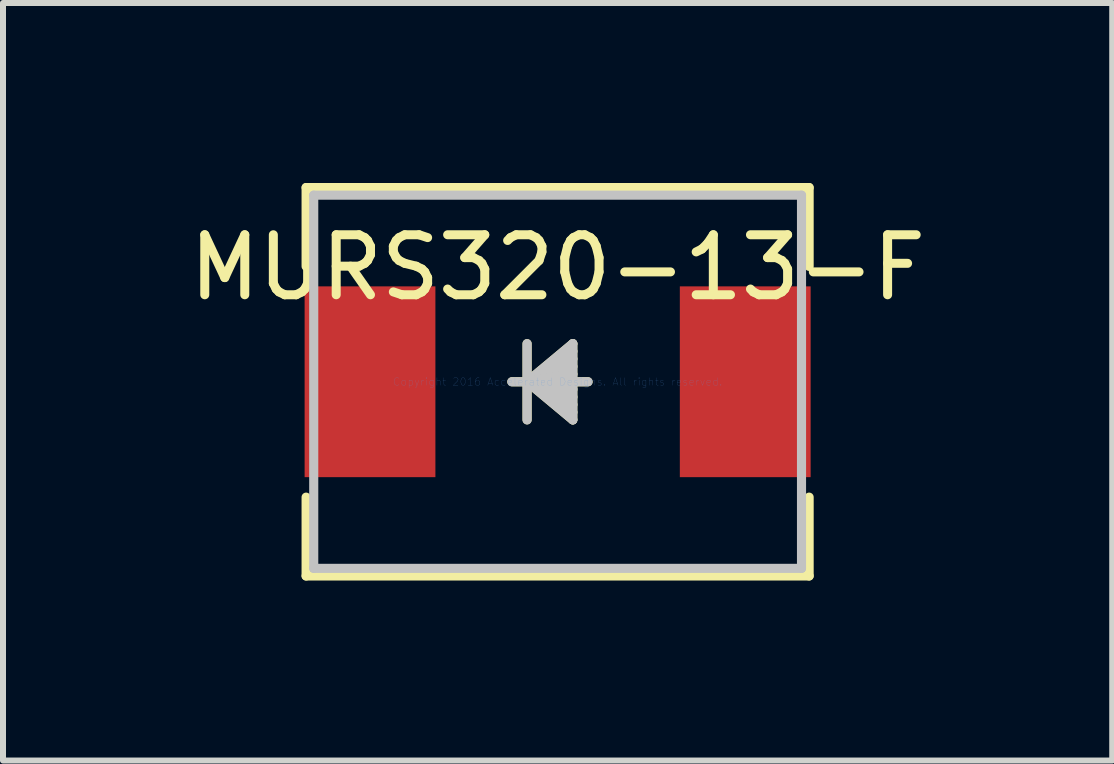
<source format=kicad_pcb>
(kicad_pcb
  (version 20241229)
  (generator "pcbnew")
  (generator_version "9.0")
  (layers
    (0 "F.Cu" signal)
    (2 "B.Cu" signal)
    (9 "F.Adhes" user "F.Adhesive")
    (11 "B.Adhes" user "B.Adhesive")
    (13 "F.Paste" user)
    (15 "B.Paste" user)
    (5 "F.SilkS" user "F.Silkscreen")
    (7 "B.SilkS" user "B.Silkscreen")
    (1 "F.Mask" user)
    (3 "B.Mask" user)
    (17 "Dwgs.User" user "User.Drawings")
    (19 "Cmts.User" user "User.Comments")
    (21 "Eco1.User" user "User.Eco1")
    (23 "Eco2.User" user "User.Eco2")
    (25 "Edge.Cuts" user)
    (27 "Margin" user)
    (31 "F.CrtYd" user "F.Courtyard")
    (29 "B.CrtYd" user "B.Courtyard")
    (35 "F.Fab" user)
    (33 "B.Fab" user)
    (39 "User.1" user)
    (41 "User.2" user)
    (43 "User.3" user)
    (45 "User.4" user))
  (footprint "MURS320-13-F"
    (layer "F.Cu")
    (at 6.244 3.313)
    (property "Reference" "MURS320-13-F" (at 0 -1.905 0) (layer "F.SilkS") (effects (font (size 1 1) (thickness 0.15))))
    (attr through_hole)
    (fp_line (start -4.192 -3.237) (end -4.192 -1.923) (stroke (width 0.152) (type solid)) (layer "F.SilkS"))
    (fp_line (start -4.192 1.923) (end -4.192 3.237) (stroke (width 0.152) (type solid)) (layer "F.SilkS"))
    (fp_line (start -4.192 3.237) (end 4.192 3.237) (stroke (width 0.152) (type solid)) (layer "F.SilkS"))
    (fp_line (start -0.509 -0.635) (end -0.509 0.635) (stroke (width 0.152) (type solid)) (layer "F.SilkS"))
    (fp_line (start -0.509 0) (end 0.253 -0.635) (stroke (width 0.152) (type solid)) (layer "F.SilkS"))
    (fp_line (start -0.509 0) (end 0.253 -0.508) (stroke (width 0.152) (type solid)) (layer "F.SilkS"))
    (fp_line (start -0.509 0) (end 0.253 -0.381) (stroke (width 0.152) (type solid)) (layer "F.SilkS"))
    (fp_line (start -0.509 0) (end 0.253 -0.254) (stroke (width 0.152) (type solid)) (layer "F.SilkS"))
    (fp_line (start -0.509 0) (end 0.253 -0.127) (stroke (width 0.152) (type solid)) (layer "F.SilkS"))
    (fp_line (start -0.509 0) (end 0.253 0.127) (stroke (width 0.152) (type solid)) (layer "F.SilkS"))
    (fp_line (start -0.509 0) (end 0.253 0.254) (stroke (width 0.152) (type solid)) (layer "F.SilkS"))
    (fp_line (start -0.509 0) (end 0.253 0.381) (stroke (width 0.152) (type solid)) (layer "F.SilkS"))
    (fp_line (start -0.509 0) (end 0.253 0.508) (stroke (width 0.152) (type solid)) (layer "F.SilkS"))
    (fp_line (start -0.509 0) (end 0.253 0.635) (stroke (width 0.152) (type solid)) (layer "F.SilkS"))
    (fp_line (start 0.253 -0.635) (end 0.253 0.635) (stroke (width 0.152) (type solid)) (layer "F.SilkS"))
    (fp_line (start 0.507 0) (end -0.763 0) (stroke (width 0.152) (type solid)) (layer "F.SilkS"))
    (fp_line (start 4.192 -3.237) (end -4.192 -3.237) (stroke (width 0.152) (type solid)) (layer "F.SilkS"))
    (fp_line (start 4.192 -1.923) (end 4.192 -3.237) (stroke (width 0.152) (type solid)) (layer "F.SilkS"))
    (fp_line (start 4.192 3.237) (end 4.192 1.923) (stroke (width 0.152) (type solid)) (layer "F.SilkS"))
    (fp_line (start -4.065 -3.11) (end -4.065 3.11) (stroke (width 0.152) (type solid)) (layer "Dwgs.User"))
    (fp_line (start -4.065 3.11) (end 4.065 3.11) (stroke (width 0.152) (type solid)) (layer "Dwgs.User"))
    (fp_line (start -0.509 -0.635) (end -0.509 0.635) (stroke (width 0.152) (type solid)) (layer "Dwgs.User"))
    (fp_line (start -0.509 0) (end 0.253 -0.635) (stroke (width 0.152) (type solid)) (layer "Dwgs.User"))
    (fp_line (start -0.509 0) (end 0.253 -0.508) (stroke (width 0.152) (type solid)) (layer "Dwgs.User"))
    (fp_line (start -0.509 0) (end 0.253 -0.381) (stroke (width 0.152) (type solid)) (layer "Dwgs.User"))
    (fp_line (start -0.509 0) (end 0.253 -0.254) (stroke (width 0.152) (type solid)) (layer "Dwgs.User"))
    (fp_line (start -0.509 0) (end 0.253 -0.127) (stroke (width 0.152) (type solid)) (layer "Dwgs.User"))
    (fp_line (start -0.509 0) (end 0.253 0.127) (stroke (width 0.152) (type solid)) (layer "Dwgs.User"))
    (fp_line (start -0.509 0) (end 0.253 0.254) (stroke (width 0.152) (type solid)) (layer "Dwgs.User"))
    (fp_line (start -0.509 0) (end 0.253 0.381) (stroke (width 0.152) (type solid)) (layer "Dwgs.User"))
    (fp_line (start -0.509 0) (end 0.253 0.508) (stroke (width 0.152) (type solid)) (layer "Dwgs.User"))
    (fp_line (start -0.509 0) (end 0.253 0.635) (stroke (width 0.152) (type solid)) (layer "Dwgs.User"))
    (fp_line (start 0.253 -0.635) (end 0.253 0.635) (stroke (width 0.152) (type solid)) (layer "Dwgs.User"))
    (fp_line (start 0.507 0) (end -0.763 0) (stroke (width 0.152) (type solid)) (layer "Dwgs.User"))
    (fp_line (start 4.065 -3.11) (end -4.065 -3.11) (stroke (width 0.152) (type solid)) (layer "Dwgs.User"))
    (fp_line (start 4.065 3.11) (end 4.065 -3.11) (stroke (width 0.152) (type solid)) (layer "Dwgs.User"))
    (fp_text user "Copyright 2016 Accelerated Designs. All rights reserved." (at 0 0 0) (layer "Cmts.User") (effects (font (size 0.127 0.127) (thickness 0.002))))
    (pad "1" smd rect (at -3.127 0 90) (size 3.18 2.18) (layers "F.Cu" "F.Mask" "F.Paste"))
    (pad "2" smd rect (at 3.127 0 90) (size 3.18 2.18) (layers "F.Cu" "F.Mask" "F.Paste")))
  (gr_rect
    (start -3 -3)
    (end 15.488 9.626)
    (stroke (width 0.1) (type default))
    (fill no)
    (layer "Edge.Cuts")))
</source>
